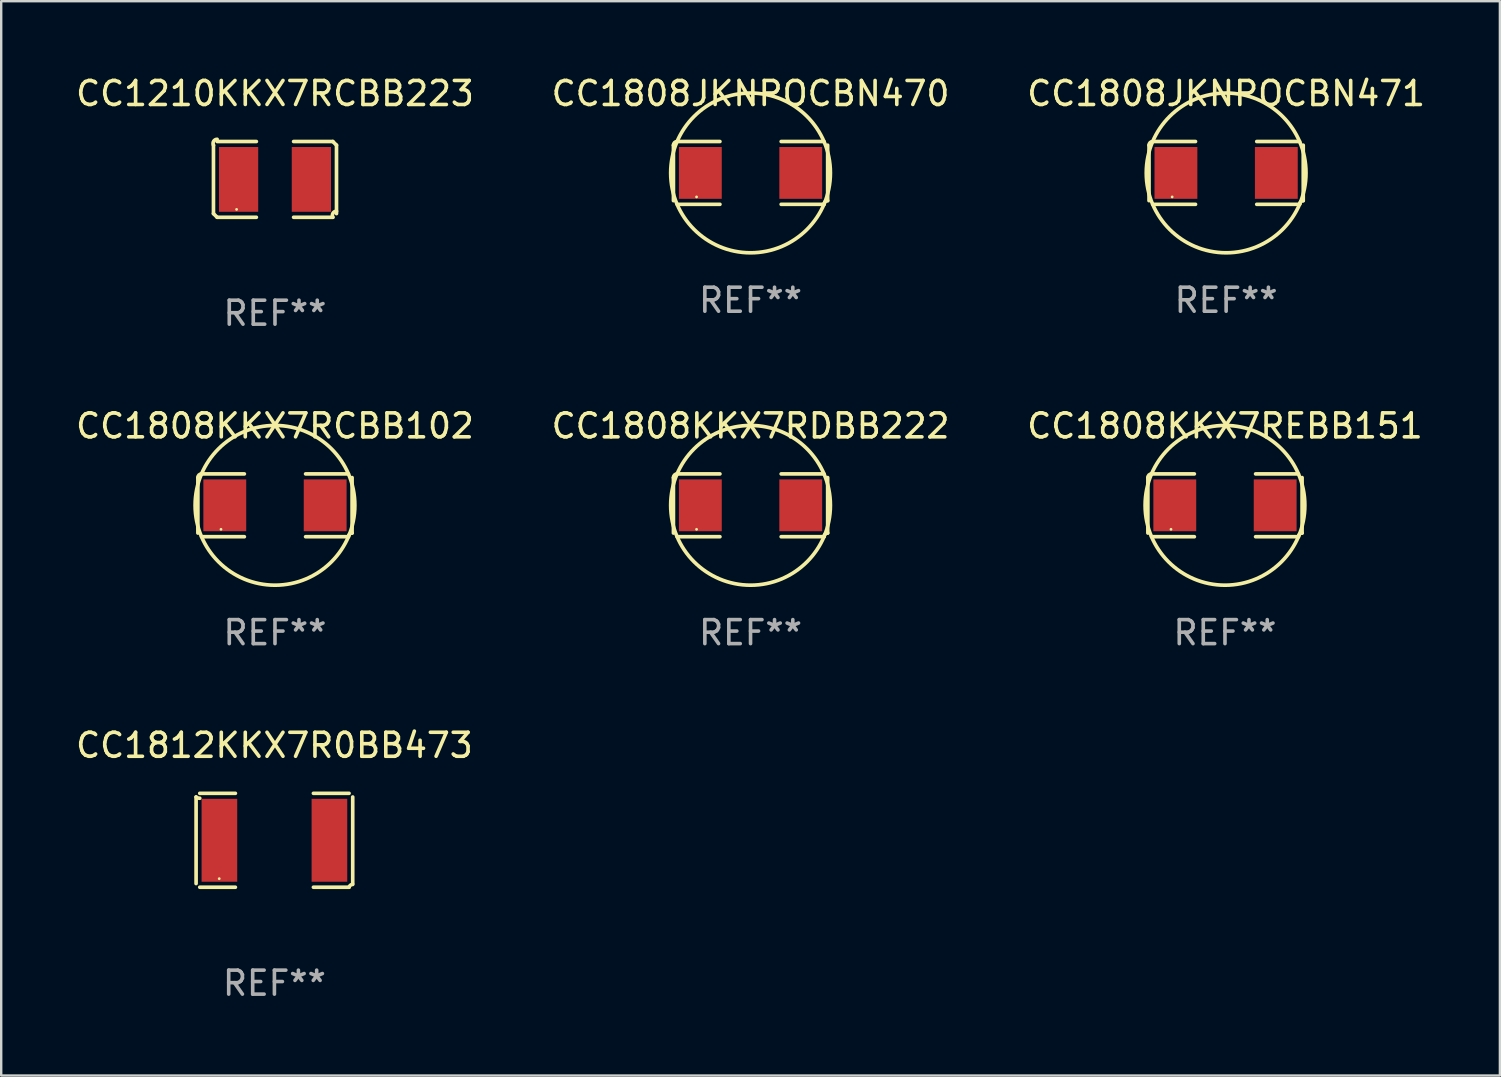
<source format=kicad_pcb>
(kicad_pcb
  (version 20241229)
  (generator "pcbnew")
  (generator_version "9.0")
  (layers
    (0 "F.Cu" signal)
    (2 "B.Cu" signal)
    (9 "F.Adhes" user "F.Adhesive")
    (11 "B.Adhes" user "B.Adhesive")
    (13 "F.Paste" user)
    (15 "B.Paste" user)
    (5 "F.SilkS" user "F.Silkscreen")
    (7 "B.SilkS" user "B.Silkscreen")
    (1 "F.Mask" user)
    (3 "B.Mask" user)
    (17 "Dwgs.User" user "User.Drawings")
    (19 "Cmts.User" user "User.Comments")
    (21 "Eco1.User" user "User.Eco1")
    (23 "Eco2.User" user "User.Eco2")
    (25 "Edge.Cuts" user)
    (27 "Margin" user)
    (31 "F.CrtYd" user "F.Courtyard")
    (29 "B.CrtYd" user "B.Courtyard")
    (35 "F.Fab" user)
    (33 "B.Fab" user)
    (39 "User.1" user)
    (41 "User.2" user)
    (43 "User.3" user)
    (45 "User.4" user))
  (footprint "CC1808KKX7REBB151"
    (layer "F.Cu")
    (at 48.006 18.011)
    (property "Reference" "CC1808KKX7REBB151" (at 0 -3.309 0) (layer "F.SilkS") (effects (font (size 1 1) (thickness 0.15))))
    (attr through_hole)
    (fp_line (start -3.214 -1.156) (end -3.214 1.156) (stroke (width 0.152) (type solid)) (layer "F.SilkS"))
    (fp_line (start -3.061 1.309) (end -1.276 1.309) (stroke (width 0.152) (type solid)) (layer "F.SilkS"))
    (fp_line (start -1.276 -1.309) (end -3.061 -1.309) (stroke (width 0.152) (type solid)) (layer "F.SilkS"))
    (fp_line (start 1.276 -1.309) (end 3.061 -1.309) (stroke (width 0.152) (type solid)) (layer "F.SilkS"))
    (fp_line (start 3.061 1.309) (end 1.276 1.309) (stroke (width 0.152) (type solid)) (layer "F.SilkS"))
    (fp_line (start 3.214 -1.156) (end 3.214 1.156) (stroke (width 0.152) (type solid)) (layer "F.SilkS"))
    (fp_arc (start -3.21359 -1.15621) (mid -3.168953 -1.263974) (end -3.061189 -1.308611) (stroke (width 0.1524) (type solid)) (layer "F.SilkS"))
    (fp_arc (start 3.061188 1.308611) (mid 3.105825 1.200847) (end 3.213589 1.15621) (stroke (width 0.1524) (type solid)) (layer "F.SilkS"))
    (fp_arc (start 3.061189 -1.308611) (mid -3.061167 1.308589) (end 3.061189 -1.308611) (stroke (width 0.1524) (type solid)) (layer "F.SilkS"))
    (fp_circle (center -2.25 1) (end -2.22 1) (stroke (width 0.06) (type solid)) (fill no) (layer "F.SilkS"))
    (fp_text user "REF**" (at 0 5.309 0) (layer "F.Fab") (effects (font (size 1 1) (thickness 0.15))))
    (pad "1" smd rect (at -2.092 0) (size 1.785 2.16) (layers "F.Cu" "F.Mask" "F.Paste"))
    (pad "2" smd rect (at 2.092 0) (size 1.785 2.16) (layers "F.Cu" "F.Mask" "F.Paste")))
  (footprint "CC1808KKX7RDBB222"
    (layer "F.Cu")
    (at 28.232 18.011)
    (property "Reference" "CC1808KKX7RDBB222" (at 0 -3.309 0) (layer "F.SilkS") (effects (font (size 1 1) (thickness 0.15))))
    (attr through_hole)
    (fp_line (start -3.214 -1.156) (end -3.214 1.156) (stroke (width 0.152) (type solid)) (layer "F.SilkS"))
    (fp_line (start -3.061 1.309) (end -1.276 1.309) (stroke (width 0.152) (type solid)) (layer "F.SilkS"))
    (fp_line (start -1.276 -1.309) (end -3.061 -1.309) (stroke (width 0.152) (type solid)) (layer "F.SilkS"))
    (fp_line (start 1.276 -1.309) (end 3.061 -1.309) (stroke (width 0.152) (type solid)) (layer "F.SilkS"))
    (fp_line (start 3.061 1.309) (end 1.276 1.309) (stroke (width 0.152) (type solid)) (layer "F.SilkS"))
    (fp_line (start 3.214 -1.156) (end 3.214 1.156) (stroke (width 0.152) (type solid)) (layer "F.SilkS"))
    (fp_arc (start -3.21359 -1.15621) (mid -3.168953 -1.263974) (end -3.061189 -1.308611) (stroke (width 0.1524) (type solid)) (layer "F.SilkS"))
    (fp_arc (start 3.061188 1.308611) (mid 3.105825 1.200847) (end 3.213589 1.15621) (stroke (width 0.1524) (type solid)) (layer "F.SilkS"))
    (fp_arc (start 3.061189 -1.308611) (mid -3.061167 1.308589) (end 3.061189 -1.308611) (stroke (width 0.1524) (type solid)) (layer "F.SilkS"))
    (fp_circle (center -2.25 1) (end -2.22 1) (stroke (width 0.06) (type solid)) (fill no) (layer "F.SilkS"))
    (fp_text user "REF**" (at 0 5.309 0) (layer "F.Fab") (effects (font (size 1 1) (thickness 0.15))))
    (pad "1" smd rect (at -2.092 0) (size 1.785 2.16) (layers "F.Cu" "F.Mask" "F.Paste"))
    (pad "2" smd rect (at 2.092 0) (size 1.785 2.16) (layers "F.Cu" "F.Mask" "F.Paste")))
  (footprint "CC1808JKNPOCBN470"
    (layer "F.Cu")
    (at 28.232 4.157)
    (property "Reference" "CC1808JKNPOCBN470" (at 0 -3.309 0) (layer "F.SilkS") (effects (font (size 1 1) (thickness 0.15))))
    (attr through_hole)
    (fp_line (start -3.214 -1.156) (end -3.214 1.156) (stroke (width 0.152) (type solid)) (layer "F.SilkS"))
    (fp_line (start -3.061 1.309) (end -1.276 1.309) (stroke (width 0.152) (type solid)) (layer "F.SilkS"))
    (fp_line (start -1.276 -1.309) (end -3.061 -1.309) (stroke (width 0.152) (type solid)) (layer "F.SilkS"))
    (fp_line (start 1.276 -1.309) (end 3.061 -1.309) (stroke (width 0.152) (type solid)) (layer "F.SilkS"))
    (fp_line (start 3.061 1.309) (end 1.276 1.309) (stroke (width 0.152) (type solid)) (layer "F.SilkS"))
    (fp_line (start 3.214 -1.156) (end 3.214 1.156) (stroke (width 0.152) (type solid)) (layer "F.SilkS"))
    (fp_arc (start -3.21359 -1.15621) (mid -3.168953 -1.263974) (end -3.061189 -1.308611) (stroke (width 0.1524) (type solid)) (layer "F.SilkS"))
    (fp_arc (start 3.061188 1.308611) (mid 3.105825 1.200847) (end 3.213589 1.15621) (stroke (width 0.1524) (type solid)) (layer "F.SilkS"))
    (fp_arc (start 3.061189 -1.308611) (mid -3.061167 1.308589) (end 3.061189 -1.308611) (stroke (width 0.1524) (type solid)) (layer "F.SilkS"))
    (fp_circle (center -2.25 1) (end -2.22 1) (stroke (width 0.06) (type solid)) (fill no) (layer "F.SilkS"))
    (fp_text user "REF**" (at 0 5.309 0) (layer "F.Fab") (effects (font (size 1 1) (thickness 0.15))))
    (pad "1" smd rect (at -2.092 0) (size 1.785 2.16) (layers "F.Cu" "F.Mask" "F.Paste"))
    (pad "2" smd rect (at 2.092 0) (size 1.785 2.16) (layers "F.Cu" "F.Mask" "F.Paste")))
  (footprint "CC1812KKX7R0BB473"
    (layer "F.Cu")
    (at 8.387 31.972)
    (property "Reference" "CC1812KKX7R0BB473" (at 0 -3.957 0) (layer "F.SilkS") (effects (font (size 1 1) (thickness 0.15))))
    (attr through_hole)
    (fp_line (start -3.264 1.804) (end -3.264 -1.804) (stroke (width 0.152) (type solid)) (layer "F.SilkS"))
    (fp_line (start -3.111 -1.957) (end -1.626 -1.957) (stroke (width 0.152) (type solid)) (layer "F.SilkS"))
    (fp_line (start -1.626 1.957) (end -3.111 1.957) (stroke (width 0.152) (type solid)) (layer "F.SilkS"))
    (fp_line (start 1.626 1.957) (end 3.111 1.957) (stroke (width 0.152) (type solid)) (layer "F.SilkS"))
    (fp_line (start 3.111 -1.957) (end 1.626 -1.957) (stroke (width 0.152) (type solid)) (layer "F.SilkS"))
    (fp_line (start 3.264 1.804) (end 3.264 -1.804) (stroke (width 0.152) (type solid)) (layer "F.SilkS"))
    (fp_arc (start -3.111202 -1.752192) (mid -3.191715 -1.76555) (end -3.263602 -1.804191) (stroke (width 0.1524) (type solid)) (layer "F.SilkS"))
    (fp_arc (start 3.111201 1.956591) (mid 3.167789 1.872777) (end 3.263602 1.840424) (stroke (width 0.1524) (type solid)) (layer "F.SilkS"))
    (fp_circle (center -2.3 1.6) (end -2.27 1.6) (stroke (width 0.06) (type solid)) (fill no) (layer "F.SilkS"))
    (fp_text user "REF**" (at 0 5.957 0) (layer "F.Fab") (effects (font (size 1 1) (thickness 0.15))))
    (pad "1" smd rect (at -2.293 0) (size 1.485 3.456) (layers "F.Cu" "F.Mask" "F.Paste"))
    (pad "2" smd rect (at 2.293 0) (size 1.485 3.456) (layers "F.Cu" "F.Mask" "F.Paste")))
  (footprint "CC1808JKNPOCBN471"
    (layer "F.Cu")
    (at 48.054 4.157)
    (property "Reference" "CC1808JKNPOCBN471" (at 0 -3.309 0) (layer "F.SilkS") (effects (font (size 1 1) (thickness 0.15))))
    (attr through_hole)
    (fp_line (start -3.214 -1.156) (end -3.214 1.156) (stroke (width 0.152) (type solid)) (layer "F.SilkS"))
    (fp_line (start -3.061 1.309) (end -1.276 1.309) (stroke (width 0.152) (type solid)) (layer "F.SilkS"))
    (fp_line (start -1.276 -1.309) (end -3.061 -1.309) (stroke (width 0.152) (type solid)) (layer "F.SilkS"))
    (fp_line (start 1.276 -1.309) (end 3.061 -1.309) (stroke (width 0.152) (type solid)) (layer "F.SilkS"))
    (fp_line (start 3.061 1.309) (end 1.276 1.309) (stroke (width 0.152) (type solid)) (layer "F.SilkS"))
    (fp_line (start 3.214 -1.156) (end 3.214 1.156) (stroke (width 0.152) (type solid)) (layer "F.SilkS"))
    (fp_arc (start -3.21359 -1.15621) (mid -3.168953 -1.263974) (end -3.061189 -1.308611) (stroke (width 0.1524) (type solid)) (layer "F.SilkS"))
    (fp_arc (start 3.061188 1.308611) (mid 3.105825 1.200847) (end 3.213589 1.15621) (stroke (width 0.1524) (type solid)) (layer "F.SilkS"))
    (fp_arc (start 3.061189 -1.308611) (mid -3.061167 1.308589) (end 3.061189 -1.308611) (stroke (width 0.1524) (type solid)) (layer "F.SilkS"))
    (fp_circle (center -2.25 1) (end -2.22 1) (stroke (width 0.06) (type solid)) (fill no) (layer "F.SilkS"))
    (fp_text user "REF**" (at 0 5.309 0) (layer "F.Fab") (effects (font (size 1 1) (thickness 0.15))))
    (pad "1" smd rect (at -2.092 0) (size 1.785 2.16) (layers "F.Cu" "F.Mask" "F.Paste"))
    (pad "2" smd rect (at 2.092 0) (size 1.785 2.16) (layers "F.Cu" "F.Mask" "F.Paste")))
  (footprint "CC1210KKX7RCBB223"
    (layer "F.Cu")
    (at 8.411 4.427)
    (property "Reference" "CC1210KKX7RCBB223" (at 0 -3.579 0) (layer "F.SilkS") (effects (font (size 1 1) (thickness 0.15))))
    (attr through_hole)
    (fp_line (start -2.564 1.426) (end -2.564 -1.426) (stroke (width 0.152) (type solid)) (layer "F.SilkS"))
    (fp_line (start -2.411 -1.579) (end -0.776 -1.579) (stroke (width 0.152) (type solid)) (layer "F.SilkS"))
    (fp_line (start -0.776 1.579) (end -2.411 1.579) (stroke (width 0.152) (type solid)) (layer "F.SilkS"))
    (fp_line (start 0.776 1.579) (end 2.411 1.579) (stroke (width 0.152) (type solid)) (layer "F.SilkS"))
    (fp_line (start 2.411 -1.579) (end 0.776 -1.579) (stroke (width 0.152) (type solid)) (layer "F.SilkS"))
    (fp_line (start 2.564 1.426) (end 2.564 -1.426) (stroke (width 0.152) (type solid)) (layer "F.SilkS"))
    (fp_arc (start -2.563602 -1.426213) (mid -2.555597 -1.591233) (end -2.411201 -1.671518) (stroke (width 0.1524) (type solid)) (layer "F.SilkS"))
    (fp_arc (start -2.5636 1.426214) (mid -2.487389 1.502402) (end -2.411201 1.578613) (stroke (width 0.1524) (type solid)) (layer "F.SilkS"))
    (fp_arc (start 2.411197 -1.578618) (mid 2.487403 -1.502419) (end 2.563602 -1.426213) (stroke (width 0.1524) (type solid)) (layer "F.SilkS"))
    (fp_arc (start 2.411201 1.578613) (mid 2.416214 1.409455) (end 2.563602 1.32629) (stroke (width 0.1524) (type solid)) (layer "F.SilkS"))
    (fp_circle (center -1.6 1.25) (end -1.57 1.25) (stroke (width 0.06) (type solid)) (fill no) (layer "F.SilkS"))
    (fp_text user "REF**" (at 0 5.579 0) (layer "F.Fab") (effects (font (size 1 1) (thickness 0.15))))
    (pad "1" smd rect (at -1.517 0) (size 1.635 2.7) (layers "F.Cu" "F.Mask" "F.Paste"))
    (pad "2" smd rect (at 1.517 0) (size 1.635 2.7) (layers "F.Cu" "F.Mask" "F.Paste")))
  (footprint "CC1808KKX7RCBB102"
    (layer "F.Cu")
    (at 8.411 18.011)
    (property "Reference" "CC1808KKX7RCBB102" (at 0 -3.309 0) (layer "F.SilkS") (effects (font (size 1 1) (thickness 0.15))))
    (attr through_hole)
    (fp_line (start -3.214 -1.156) (end -3.214 1.156) (stroke (width 0.152) (type solid)) (layer "F.SilkS"))
    (fp_line (start -3.061 1.309) (end -1.276 1.309) (stroke (width 0.152) (type solid)) (layer "F.SilkS"))
    (fp_line (start -1.276 -1.309) (end -3.061 -1.309) (stroke (width 0.152) (type solid)) (layer "F.SilkS"))
    (fp_line (start 1.276 -1.309) (end 3.061 -1.309) (stroke (width 0.152) (type solid)) (layer "F.SilkS"))
    (fp_line (start 3.061 1.309) (end 1.276 1.309) (stroke (width 0.152) (type solid)) (layer "F.SilkS"))
    (fp_line (start 3.214 -1.156) (end 3.214 1.156) (stroke (width 0.152) (type solid)) (layer "F.SilkS"))
    (fp_arc (start -3.21359 -1.15621) (mid -3.168953 -1.263974) (end -3.061189 -1.308611) (stroke (width 0.1524) (type solid)) (layer "F.SilkS"))
    (fp_arc (start 3.061188 1.308611) (mid 3.105825 1.200847) (end 3.213589 1.15621) (stroke (width 0.1524) (type solid)) (layer "F.SilkS"))
    (fp_arc (start 3.061189 -1.308611) (mid -3.061167 1.308589) (end 3.061189 -1.308611) (stroke (width 0.1524) (type solid)) (layer "F.SilkS"))
    (fp_circle (center -2.25 1) (end -2.22 1) (stroke (width 0.06) (type solid)) (fill no) (layer "F.SilkS"))
    (fp_text user "REF**" (at 0 5.309 0) (layer "F.Fab") (effects (font (size 1 1) (thickness 0.15))))
    (pad "1" smd rect (at -2.092 0) (size 1.785 2.16) (layers "F.Cu" "F.Mask" "F.Paste"))
    (pad "2" smd rect (at 2.092 0) (size 1.785 2.16) (layers "F.Cu" "F.Mask" "F.Paste")))
  (gr_rect
    (start -3 -3)
    (end 59.464 41.777)
    (stroke (width 0.1) (type default))
    (fill no)
    (layer "Edge.Cuts")))
</source>
